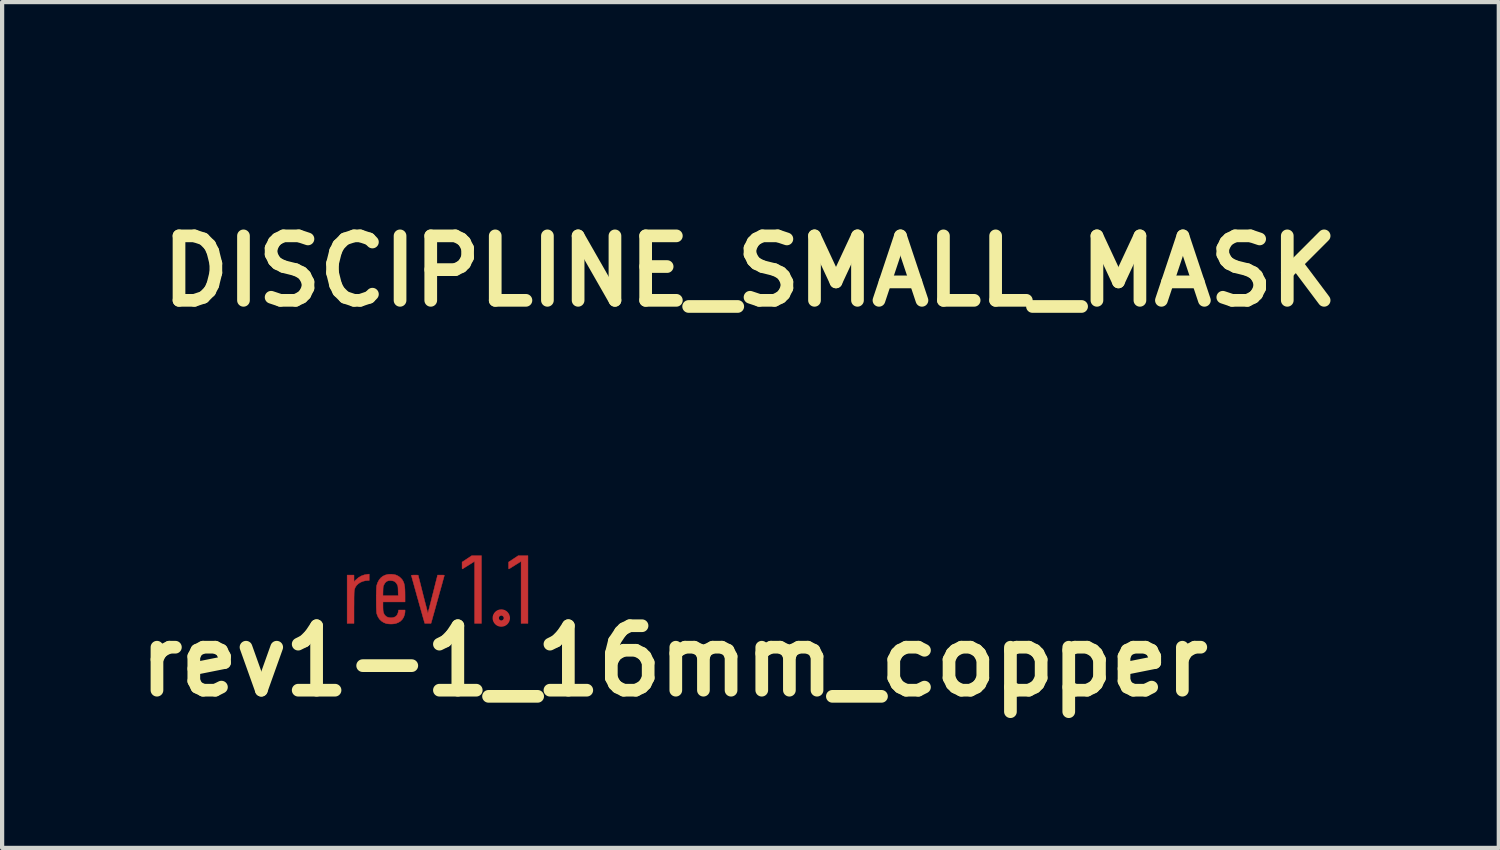
<source format=kicad_pcb>
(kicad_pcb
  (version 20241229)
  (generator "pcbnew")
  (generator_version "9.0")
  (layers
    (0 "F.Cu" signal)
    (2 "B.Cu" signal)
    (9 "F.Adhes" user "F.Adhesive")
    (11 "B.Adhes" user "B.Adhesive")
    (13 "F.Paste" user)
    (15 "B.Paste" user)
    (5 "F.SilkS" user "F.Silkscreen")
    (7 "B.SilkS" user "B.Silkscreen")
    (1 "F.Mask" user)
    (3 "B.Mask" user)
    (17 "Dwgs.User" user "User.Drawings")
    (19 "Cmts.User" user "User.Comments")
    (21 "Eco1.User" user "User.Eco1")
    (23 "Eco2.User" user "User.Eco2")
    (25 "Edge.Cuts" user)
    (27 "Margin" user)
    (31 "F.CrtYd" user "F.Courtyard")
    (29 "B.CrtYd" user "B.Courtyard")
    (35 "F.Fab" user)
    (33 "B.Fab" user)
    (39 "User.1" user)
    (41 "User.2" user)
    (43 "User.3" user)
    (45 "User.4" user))
  (footprint "DISCIPLINE_SMALL_MASK"
    (layer "F.Cu")
    (at 14.68 3.36)
    (property "Reference" "DISCIPLINE_SMALL_MASK" (at 0 0 0) (layer "F.SilkS") (effects (font (size 1.524 1.524) (thickness 0.3))))
    (attr through_hole)
    (fp_line (start -11.13 3.52) (end 11.17 3.52) (stroke (width 0.4) (type solid)) (layer "F.Mask"))
    (fp_line (start -11.11 -3.16) (end 11.17 -3.16) (stroke (width 0.4) (type solid)) (layer "F.Mask"))
    (fp_arc (start -11.14 3.52) (mid -14.48 0.18) (end -11.14 -3.16) (stroke (width 0.4) (type solid)) (layer "F.Mask"))
    (fp_arc (start 11.16 -3.16) (mid 14.5 0.18) (end 11.16 3.52) (stroke (width 0.4) (type solid)) (layer "F.Mask"))
    (fp_poly (pts (xy 4.726 -0.973) (xy 4.848 -0.963) (xy 4.848 0.996) (xy 4.603 1.016) (xy 4.603 -0.983) (xy 4.726 -0.973)) (stroke (width 0.01) (type solid)) (fill yes) (layer "F.Mask"))
    (fp_poly (pts (xy -7.036 0.996) (xy -7.142 1.006) (xy -7.228 1.001) (xy -7.265 0.973) (xy -7.269 0.93) (xy -7.272 0.831) (xy -7.274 0.684) (xy -7.275 0.497) (xy -7.275 0.279) (xy -7.273 0.039) (xy -7.273 -0.017) (xy -7.264 -0.963) (xy -7.036 -0.963) (xy -7.036 0.996)) (stroke (width 0.01) (type solid)) (fill yes) (layer "F.Mask"))
    (fp_poly (pts (xy -1.012 1.012) (xy -1.127 1.012) (xy -1.208 1.002) (xy -1.256 0.976) (xy -1.258 0.971) (xy -1.262 0.929) (xy -1.265 0.83) (xy -1.267 0.683) (xy -1.268 0.497) (xy -1.268 0.279) (xy -1.266 0.04) (xy -1.266 -0.017) (xy -1.257 -0.963) (xy -1.135 -0.973) (xy -1.012 -0.983) (xy -1.012 1.012)) (stroke (width 0.01) (type solid)) (fill yes) (layer "F.Mask"))
    (fp_poly (pts (xy 2.702 -0.973) (xy 2.824 -0.963) (xy 2.841 0.781) (xy 3.575 0.8) (xy 3.575 0.996) (xy 3.1 1.005) (xy 2.93 1.006) (xy 2.783 1.005) (xy 2.673 1.001) (xy 2.611 0.994) (xy 2.602 0.991) (xy 2.596 0.954) (xy 2.591 0.86) (xy 2.586 0.717) (xy 2.583 0.533) (xy 2.58 0.317) (xy 2.579 0.077) (xy 2.579 -0.007) (xy 2.579 -0.983) (xy 2.702 -0.973)) (stroke (width 0.01) (type solid)) (fill yes) (layer "F.Mask"))
    (fp_poly (pts (xy 7.567 0.006) (xy 7.558 0.996) (xy 7.444 1.005) (xy 7.35 1) (xy 7.278 0.975) (xy 7.275 0.973) (xy 7.245 0.934) (xy 7.189 0.846) (xy 7.11 0.715) (xy 7.015 0.551) (xy 6.906 0.361) (xy 6.789 0.153) (xy 6.777 0.131) (xy 6.335 -0.668) (xy 6.326 0.164) (xy 6.317 0.996) (xy 6.211 1.006) (xy 6.104 1.016) (xy 6.113 0.027) (xy 6.121 -0.963) (xy 6.273 -0.973) (xy 6.374 -0.973) (xy 6.436 -0.953) (xy 6.485 -0.904) (xy 6.517 -0.854) (xy 6.575 -0.755) (xy 6.654 -0.617) (xy 6.749 -0.448) (xy 6.855 -0.256) (xy 6.938 -0.106) (xy 7.329 0.612) (xy 7.362 -0.963) (xy 7.469 -0.973) (xy 7.575 -0.984) (xy 7.567 0.006)) (stroke (width 0.01) (type solid)) (fill yes) (layer "F.Mask"))
    (fp_poly (pts (xy 9.582 -0.979) (xy 9.717 -0.976) (xy 9.808 -0.971) (xy 9.862 -0.961) (xy 9.892 -0.945) (xy 9.906 -0.923) (xy 9.907 -0.919) (xy 9.914 -0.84) (xy 9.906 -0.804) (xy 9.889 -0.782) (xy 9.85 -0.766) (xy 9.78 -0.757) (xy 9.667 -0.752) (xy 9.5 -0.751) (xy 9.479 -0.751) (xy 9.074 -0.751) (xy 9.083 -0.449) (xy 9.092 -0.147) (xy 9.443 -0.138) (xy 9.794 -0.128) (xy 9.794 0.065) (xy 9.076 0.065) (xy 9.076 0.782) (xy 9.909 0.8) (xy 9.909 0.996) (xy 9.402 1.005) (xy 9.186 1.007) (xy 9.03 1.004) (xy 8.926 0.996) (xy 8.868 0.982) (xy 8.855 0.974) (xy 8.843 0.929) (xy 8.832 0.83) (xy 8.824 0.686) (xy 8.818 0.508) (xy 8.814 0.306) (xy 8.812 0.09) (xy 8.812 -0.13) (xy 8.815 -0.342) (xy 8.819 -0.538) (xy 8.826 -0.706) (xy 8.835 -0.836) (xy 8.846 -0.918) (xy 8.854 -0.94) (xy 8.9 -0.958) (xy 9.001 -0.97) (xy 9.16 -0.977) (xy 9.381 -0.979) (xy 9.391 -0.979) (xy 9.582 -0.979)) (stroke (width 0.01) (type solid)) (fill yes) (layer "F.Mask"))
    (fp_poly (pts (xy -9.323 -0.971) (xy -9.11 -0.947) (xy -8.933 -0.898) (xy -8.78 -0.822) (xy -8.773 -0.817) (xy -8.621 -0.684) (xy -8.507 -0.504) (xy -8.434 -0.288) (xy -8.406 -0.044) (xy -8.424 0.216) (xy -8.486 0.464) (xy -8.588 0.662) (xy -8.731 0.816) (xy -8.913 0.925) (xy -9.004 0.954) (xy -9.132 0.978) (xy -9.283 0.997) (xy -9.444 1.009) (xy -9.599 1.015) (xy -9.737 1.013) (xy -9.842 1.002) (xy -9.901 0.983) (xy -9.909 0.975) (xy -9.913 0.932) (xy -9.916 0.832) (xy -9.918 0.684) (xy -9.919 0.497) (xy -9.919 0.279) (xy -9.918 0.039) (xy -9.917 -0.017) (xy -9.911 -0.751) (xy -9.664 -0.751) (xy -9.664 0.784) (xy -9.409 0.784) (xy -9.252 0.778) (xy -9.135 0.759) (xy -9.032 0.721) (xy -9.01 0.71) (xy -8.872 0.612) (xy -8.775 0.476) (xy -8.715 0.294) (xy -8.691 0.1) (xy -8.692 -0.131) (xy -8.728 -0.317) (xy -8.8 -0.47) (xy -8.857 -0.544) (xy -8.963 -0.644) (xy -9.082 -0.708) (xy -9.231 -0.742) (xy -9.418 -0.751) (xy -9.664 -0.751) (xy -9.911 -0.751) (xy -9.909 -0.963) (xy -9.585 -0.973) (xy -9.323 -0.971)) (stroke (width 0.01) (type solid)) (fill yes) (layer "F.Mask"))
    (fp_poly (pts (xy -2.759 -0.998) (xy -2.546 -0.944) (xy -2.487 -0.917) (xy -2.383 -0.85) (xy -2.331 -0.774) (xy -2.318 -0.685) (xy -2.333 -0.622) (xy -2.381 -0.608) (xy -2.466 -0.643) (xy -2.516 -0.674) (xy -2.654 -0.743) (xy -2.815 -0.773) (xy -2.835 -0.775) (xy -3.024 -0.762) (xy -3.178 -0.696) (xy -3.301 -0.573) (xy -3.361 -0.474) (xy -3.399 -0.392) (xy -3.424 -0.314) (xy -3.438 -0.222) (xy -3.443 -0.097) (xy -3.444 0.032) (xy -3.442 0.196) (xy -3.434 0.312) (xy -3.418 0.399) (xy -3.391 0.473) (xy -3.369 0.515) (xy -3.259 0.659) (xy -3.113 0.756) (xy -2.943 0.804) (xy -2.762 0.801) (xy -2.582 0.745) (xy -2.48 0.684) (xy -2.408 0.64) (xy -2.356 0.62) (xy -2.354 0.62) (xy -2.323 0.646) (xy -2.318 0.709) (xy -2.334 0.787) (xy -2.371 0.859) (xy -2.39 0.881) (xy -2.511 0.957) (xy -2.674 1.01) (xy -2.86 1.036) (xy -3.049 1.032) (xy -3.155 1.014) (xy -3.343 0.937) (xy -3.499 0.808) (xy -3.62 0.632) (xy -3.702 0.416) (xy -3.744 0.166) (xy -3.743 -0.082) (xy -3.701 -0.334) (xy -3.62 -0.556) (xy -3.504 -0.737) (xy -3.391 -0.844) (xy -3.2 -0.947) (xy -2.983 -0.999) (xy -2.759 -0.998)) (stroke (width 0.01) (type solid)) (fill yes) (layer "F.Mask"))
    (fp_poly (pts (xy 0.696 -0.973) (xy 0.866 -0.965) (xy 0.987 -0.954) (xy 1.074 -0.936) (xy 1.142 -0.91) (xy 1.189 -0.883) (xy 1.316 -0.783) (xy 1.394 -0.663) (xy 1.431 -0.508) (xy 1.436 -0.392) (xy 1.412 -0.18) (xy 1.341 -0.012) (xy 1.221 0.115) (xy 1.051 0.201) (xy 0.829 0.248) (xy 0.745 0.255) (xy 0.49 0.27) (xy 0.49 1.012) (xy 0.381 1.012) (xy 0.3 1.006) (xy 0.252 0.992) (xy 0.25 0.99) (xy 0.245 0.953) (xy 0.24 0.859) (xy 0.235 0.717) (xy 0.232 0.535) (xy 0.23 0.32) (xy 0.229 0.083) (xy 0.229 0.031) (xy 0.229 -0.247) (xy 0.231 -0.466) (xy 0.234 -0.635) (xy 0.238 -0.751) (xy 0.49 -0.751) (xy 0.49 -0.365) (xy 0.491 -0.212) (xy 0.496 -0.084) (xy 0.503 0.006) (xy 0.511 0.044) (xy 0.563 0.06) (xy 0.657 0.064) (xy 0.769 0.055) (xy 0.879 0.034) (xy 0.884 0.033) (xy 1.023 -0.032) (xy 1.114 -0.137) (xy 1.162 -0.288) (xy 1.168 -0.342) (xy 1.174 -0.449) (xy 1.162 -0.518) (xy 1.124 -0.578) (xy 1.068 -0.636) (xy 1.004 -0.696) (xy 0.948 -0.731) (xy 0.878 -0.746) (xy 0.772 -0.751) (xy 0.722 -0.751) (xy 0.49 -0.751) (xy 0.238 -0.751) (xy 0.238 -0.759) (xy 0.245 -0.845) (xy 0.255 -0.902) (xy 0.267 -0.934) (xy 0.278 -0.947) (xy 0.326 -0.966) (xy 0.418 -0.976) (xy 0.562 -0.977) (xy 0.696 -0.973)) (stroke (width 0.01) (type solid)) (fill yes) (layer "F.Mask"))
    (fp_poly (pts (xy -5.109 -0.984) (xy -4.986 -0.95) (xy -4.893 -0.906) (xy -4.851 -0.861) (xy -4.833 -0.776) (xy -4.84 -0.703) (xy -4.86 -0.672) (xy -4.903 -0.675) (xy -4.98 -0.703) (xy -5.014 -0.719) (xy -5.171 -0.776) (xy -5.321 -0.787) (xy -5.45 -0.755) (xy -5.549 -0.686) (xy -5.606 -0.582) (xy -5.615 -0.506) (xy -5.592 -0.393) (xy -5.518 -0.294) (xy -5.388 -0.203) (xy -5.269 -0.144) (xy -5.042 -0.028) (xy -4.878 0.091) (xy -4.795 0.186) (xy -4.753 0.294) (xy -4.735 0.435) (xy -4.743 0.581) (xy -4.776 0.704) (xy -4.782 0.716) (xy -4.891 0.86) (xy -5.045 0.964) (xy -5.232 1.026) (xy -5.441 1.041) (xy -5.632 1.014) (xy -5.748 0.976) (xy -5.85 0.924) (xy -5.914 0.872) (xy -5.917 0.868) (xy -5.938 0.803) (xy -5.938 0.727) (xy -5.916 0.674) (xy -5.911 0.671) (xy -5.867 0.673) (xy -5.788 0.702) (xy -5.745 0.723) (xy -5.57 0.79) (xy -5.403 0.812) (xy -5.252 0.792) (xy -5.127 0.734) (xy -5.039 0.64) (xy -4.997 0.514) (xy -4.995 0.476) (xy -5.017 0.387) (xy -5.085 0.298) (xy -5.204 0.204) (xy -5.381 0.1) (xy -5.423 0.078) (xy -5.607 -0.026) (xy -5.736 -0.123) (xy -5.819 -0.223) (xy -5.863 -0.337) (xy -5.877 -0.475) (xy -5.877 -0.485) (xy -5.851 -0.672) (xy -5.774 -0.819) (xy -5.647 -0.924) (xy -5.47 -0.988) (xy -5.374 -1.002) (xy -5.244 -1.003) (xy -5.109 -0.984)) (stroke (width 0.01) (type solid)) (fill yes) (layer "F.Mask")))
  (footprint "rev1-1_16mm_copper"
    (layer "F.Cu")
    (at 12.889 12.576)
    (property "Reference" "rev1-1_16mm_copper" (at 0 0 180) (layer "F.SilkS") (effects (font (size 1.524 1.524) (thickness 0.3))))
    (attr through_hole)
    (fp_circle (center -4.089 -1.016) (end -4.033 -1.016) (stroke (width 0.15) (type solid)) (fill no) (layer "F.Cu"))
    (fp_poly (pts (xy -4.558 -0.889) (xy -4.72 -0.889) (xy -4.72 -2.356) (xy -4.855 -2.272) (xy -4.894 -2.247) (xy -4.931 -2.224) (xy -4.962 -2.205) (xy -4.985 -2.19) (xy -5 -2.182) (xy -5.003 -2.18) (xy -5.009 -2.177) (xy -5.013 -2.179) (xy -5.015 -2.187) (xy -5.016 -2.203) (xy -5.016 -2.229) (xy -5.016 -2.256) (xy -5.016 -2.339) (xy -4.901 -2.415) (xy -4.787 -2.491) (xy -4.558 -2.491) (xy -4.558 -0.889)) (stroke (width 0.01) (type solid)) (fill yes) (layer "F.Cu"))
    (fp_poly (pts (xy -3.459 -0.889) (xy -3.621 -0.889) (xy -3.621 -2.356) (xy -3.756 -2.272) (xy -3.795 -2.247) (xy -3.832 -2.224) (xy -3.862 -2.205) (xy -3.886 -2.19) (xy -3.901 -2.182) (xy -3.904 -2.18) (xy -3.91 -2.177) (xy -3.913 -2.179) (xy -3.916 -2.187) (xy -3.917 -2.203) (xy -3.917 -2.229) (xy -3.917 -2.256) (xy -3.917 -2.339) (xy -3.802 -2.415) (xy -3.688 -2.491) (xy -3.459 -2.491) (xy -3.459 -0.889)) (stroke (width 0.01) (type solid)) (fill yes) (layer "F.Cu"))
    (fp_poly (pts (xy -7.211 -1.905) (xy -7.237 -1.905) (xy -7.301 -1.899) (xy -7.362 -1.884) (xy -7.418 -1.86) (xy -7.468 -1.828) (xy -7.508 -1.79) (xy -7.536 -1.749) (xy -7.543 -1.734) (xy -7.549 -1.72) (xy -7.554 -1.706) (xy -7.559 -1.69) (xy -7.562 -1.67) (xy -7.565 -1.647) (xy -7.567 -1.618) (xy -7.568 -1.582) (xy -7.569 -1.538) (xy -7.57 -1.485) (xy -7.57 -1.421) (xy -7.57 -1.346) (xy -7.571 -1.268) (xy -7.571 -0.889) (xy -7.733 -0.889) (xy -7.733 -2.032) (xy -7.571 -2.032) (xy -7.571 -1.876) (xy -7.526 -1.92) (xy -7.464 -1.973) (xy -7.397 -2.012) (xy -7.324 -2.038) (xy -7.256 -2.05) (xy -7.211 -2.055) (xy -7.211 -1.905)) (stroke (width 0.01) (type solid)) (fill yes) (layer "F.Cu"))
    (fp_poly (pts (xy -5.478 -2.032) (xy -5.455 -2.031) (xy -5.442 -2.029) (xy -5.436 -2.026) (xy -5.435 -2.022) (xy -5.436 -2.02) (xy -5.438 -2.011) (xy -5.444 -1.99) (xy -5.453 -1.957) (xy -5.465 -1.914) (xy -5.479 -1.862) (xy -5.496 -1.801) (xy -5.515 -1.733) (xy -5.536 -1.659) (xy -5.558 -1.58) (xy -5.581 -1.496) (xy -5.588 -1.471) (xy -5.612 -1.386) (xy -5.634 -1.305) (xy -5.655 -1.229) (xy -5.675 -1.158) (xy -5.693 -1.094) (xy -5.709 -1.038) (xy -5.722 -0.99) (xy -5.732 -0.953) (xy -5.74 -0.927) (xy -5.744 -0.913) (xy -5.744 -0.912) (xy -5.751 -0.889) (xy -5.897 -0.889) (xy -5.905 -0.912) (xy -5.908 -0.924) (xy -5.915 -0.949) (xy -5.925 -0.983) (xy -5.938 -1.028) (xy -5.953 -1.08) (xy -5.969 -1.14) (xy -5.988 -1.205) (xy -6.007 -1.274) (xy -6.028 -1.347) (xy -6.048 -1.422) (xy -6.07 -1.497) (xy -6.091 -1.572) (xy -6.111 -1.646) (xy -6.131 -1.716) (xy -6.149 -1.782) (xy -6.166 -1.843) (xy -6.181 -1.897) (xy -6.194 -1.943) (xy -6.204 -1.981) (xy -6.211 -2.007) (xy -6.215 -2.023) (xy -6.216 -2.026) (xy -6.209 -2.028) (xy -6.191 -2.03) (xy -6.165 -2.032) (xy -6.135 -2.032) (xy -6.103 -2.032) (xy -6.077 -2.031) (xy -6.06 -2.03) (xy -6.054 -2.029) (xy -6.052 -2.022) (xy -6.047 -2.002) (xy -6.04 -1.972) (xy -6.029 -1.932) (xy -6.017 -1.884) (xy -6.003 -1.829) (xy -5.988 -1.769) (xy -5.972 -1.705) (xy -5.955 -1.638) (xy -5.938 -1.57) (xy -5.921 -1.503) (xy -5.904 -1.437) (xy -5.888 -1.374) (xy -5.872 -1.315) (xy -5.859 -1.262) (xy -5.847 -1.216) (xy -5.837 -1.178) (xy -5.83 -1.151) (xy -5.826 -1.135) (xy -5.825 -1.131) (xy -5.823 -1.137) (xy -5.818 -1.156) (xy -5.81 -1.186) (xy -5.799 -1.226) (xy -5.786 -1.276) (xy -5.772 -1.333) (xy -5.755 -1.397) (xy -5.738 -1.467) (xy -5.719 -1.541) (xy -5.716 -1.554) (xy -5.696 -1.63) (xy -5.678 -1.702) (xy -5.661 -1.77) (xy -5.646 -1.831) (xy -5.632 -1.886) (xy -5.62 -1.931) (xy -5.611 -1.967) (xy -5.605 -1.992) (xy -5.602 -2.005) (xy -5.601 -2.006) (xy -5.595 -2.032) (xy -5.513 -2.032) (xy -5.478 -2.032)) (stroke (width 0.01) (type solid)) (fill yes) (layer "F.Cu"))
    (fp_poly (pts (xy -6.679 -2.051) (xy -6.646 -2.047) (xy -6.613 -2.042) (xy -6.587 -2.036) (xy -6.585 -2.036) (xy -6.537 -2.015) (xy -6.491 -1.985) (xy -6.451 -1.947) (xy -6.431 -1.923) (xy -6.413 -1.893) (xy -6.398 -1.862) (xy -6.386 -1.828) (xy -6.378 -1.79) (xy -6.371 -1.744) (xy -6.367 -1.691) (xy -6.365 -1.626) (xy -6.364 -1.55) (xy -6.364 -1.397) (xy -6.886 -1.397) (xy -6.886 -1.292) (xy -6.885 -1.238) (xy -6.883 -1.195) (xy -6.877 -1.16) (xy -6.868 -1.131) (xy -6.856 -1.106) (xy -6.844 -1.087) (xy -6.813 -1.056) (xy -6.773 -1.035) (xy -6.724 -1.025) (xy -6.696 -1.023) (xy -6.643 -1.028) (xy -6.6 -1.044) (xy -6.566 -1.07) (xy -6.542 -1.107) (xy -6.526 -1.155) (xy -6.523 -1.173) (xy -6.518 -1.206) (xy -6.364 -1.206) (xy -6.364 -1.173) (xy -6.366 -1.146) (xy -6.371 -1.115) (xy -6.375 -1.098) (xy -6.397 -1.036) (xy -6.43 -0.984) (xy -6.473 -0.941) (xy -6.526 -0.909) (xy -6.582 -0.888) (xy -6.621 -0.88) (xy -6.669 -0.876) (xy -6.719 -0.876) (xy -6.766 -0.879) (xy -6.806 -0.885) (xy -6.808 -0.886) (xy -6.87 -0.91) (xy -6.923 -0.945) (xy -6.969 -0.99) (xy -7.004 -1.045) (xy -7.03 -1.11) (xy -7.035 -1.129) (xy -7.038 -1.147) (xy -7.04 -1.178) (xy -7.042 -1.219) (xy -7.044 -1.267) (xy -7.045 -1.323) (xy -7.045 -1.382) (xy -7.046 -1.444) (xy -7.046 -1.506) (xy -7.045 -1.545) (xy -6.887 -1.545) (xy -6.525 -1.545) (xy -6.528 -1.656) (xy -6.529 -1.7) (xy -6.531 -1.732) (xy -6.533 -1.755) (xy -6.536 -1.773) (xy -6.541 -1.788) (xy -6.547 -1.801) (xy -6.573 -1.844) (xy -6.603 -1.874) (xy -6.639 -1.892) (xy -6.684 -1.9) (xy -6.707 -1.901) (xy -6.737 -1.901) (xy -6.758 -1.898) (xy -6.775 -1.893) (xy -6.794 -1.883) (xy -6.799 -1.88) (xy -6.82 -1.865) (xy -6.836 -1.847) (xy -6.852 -1.822) (xy -6.858 -1.81) (xy -6.867 -1.791) (xy -6.874 -1.776) (xy -6.879 -1.761) (xy -6.881 -1.742) (xy -6.883 -1.718) (xy -6.884 -1.686) (xy -6.885 -1.654) (xy -6.887 -1.545) (xy -7.045 -1.545) (xy -7.045 -1.567) (xy -7.044 -1.624) (xy -7.043 -1.676) (xy -7.041 -1.72) (xy -7.039 -1.755) (xy -7.036 -1.779) (xy -7.035 -1.785) (xy -7.011 -1.856) (xy -6.978 -1.917) (xy -6.937 -1.967) (xy -6.887 -2.006) (xy -6.83 -2.033) (xy -6.765 -2.049) (xy -6.694 -2.052) (xy -6.679 -2.051)) (stroke (width 0.01) (type solid)) (fill yes) (layer "F.Cu")))
  (gr_rect
    (start -3 -3)
    (end 32.38 16.994)
    (stroke (width 0.1) (type default))
    (fill no)
    (layer "Edge.Cuts")))
</source>
